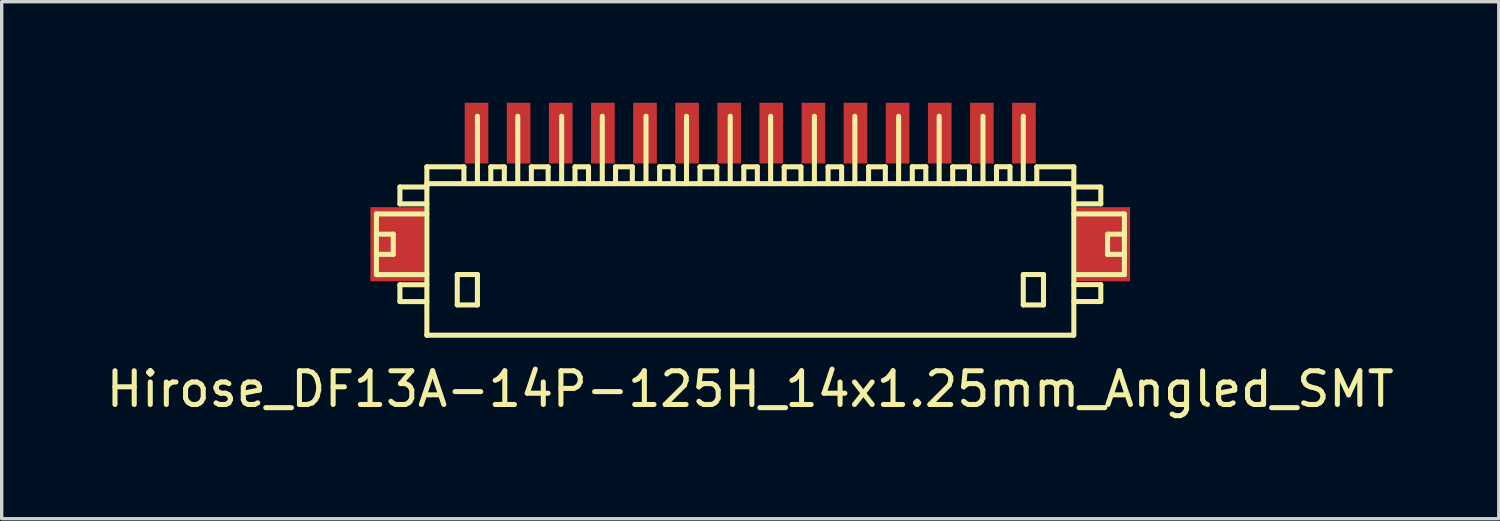
<source format=kicad_pcb>
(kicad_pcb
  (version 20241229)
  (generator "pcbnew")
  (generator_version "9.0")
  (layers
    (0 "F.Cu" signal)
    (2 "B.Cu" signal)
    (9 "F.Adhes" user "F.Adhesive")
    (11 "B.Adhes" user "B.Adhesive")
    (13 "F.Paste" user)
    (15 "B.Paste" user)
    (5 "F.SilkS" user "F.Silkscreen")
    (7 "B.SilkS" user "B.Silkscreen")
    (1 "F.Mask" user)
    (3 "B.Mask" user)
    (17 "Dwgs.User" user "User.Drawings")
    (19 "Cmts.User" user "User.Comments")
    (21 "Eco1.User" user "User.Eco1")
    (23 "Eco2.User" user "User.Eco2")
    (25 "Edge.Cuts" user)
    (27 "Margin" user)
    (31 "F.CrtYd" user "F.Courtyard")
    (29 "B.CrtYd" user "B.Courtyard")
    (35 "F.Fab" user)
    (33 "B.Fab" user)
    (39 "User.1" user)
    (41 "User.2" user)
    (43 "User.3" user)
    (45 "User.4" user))
  (footprint "Hirose_DF13A-14P-125H_14x1.25mm_Angled_SMT"
    (layer "F.Cu")
    (at 19.22 4.401)
    (property "Reference" "Hirose_DF13A-14P-125H_14x1.25mm_Angled_SMT" (at 0 4.1 0) (layer "F.SilkS") (effects (font (size 1 1) (thickness 0.15))))
    (attr smd)
    (fp_line (start -11.097 -1.1) (end -11.097 0.701) (stroke (width 0.15) (type solid)) (layer "F.SilkS"))
    (fp_line (start -11.097 0.701) (end -9.599 0.701) (stroke (width 0.15) (type solid)) (layer "F.SilkS"))
    (fp_line (start -10.597 -0.5) (end -11.097 -0.5) (stroke (width 0.15) (type solid)) (layer "F.SilkS"))
    (fp_line (start -10.597 0.099) (end -11.097 0.099) (stroke (width 0.15) (type solid)) (layer "F.SilkS"))
    (fp_line (start -10.597 0.099) (end -10.597 -0.5) (stroke (width 0.15) (type solid)) (layer "F.SilkS"))
    (fp_line (start -10.399 -1.9) (end -10.399 -1.4) (stroke (width 0.15) (type solid)) (layer "F.SilkS"))
    (fp_line (start -10.399 -1.9) (end -9.599 -1.9) (stroke (width 0.15) (type solid)) (layer "F.SilkS"))
    (fp_line (start -10.399 1.001) (end -10.399 1.501) (stroke (width 0.15) (type solid)) (layer "F.SilkS"))
    (fp_line (start -10.399 1.501) (end -9.599 1.501) (stroke (width 0.15) (type solid)) (layer "F.SilkS"))
    (fp_line (start -9.601 2.499) (end 9.601 2.499) (stroke (width 0.15) (type solid)) (layer "F.SilkS"))
    (fp_line (start -9.599 -1.4) (end -10.399 -1.4) (stroke (width 0.15) (type solid)) (layer "F.SilkS"))
    (fp_line (start -9.599 -1.1) (end -11.097 -1.1) (stroke (width 0.15) (type solid)) (layer "F.SilkS"))
    (fp_line (start -9.599 1.001) (end -10.399 1.001) (stroke (width 0.15) (type solid)) (layer "F.SilkS"))
    (fp_line (start -9.599 2.499) (end -9.599 -2.499) (stroke (width 0.15) (type solid)) (layer "F.SilkS"))
    (fp_line (start -8.697 0.699) (end -8.697 1.6) (stroke (width 0.15) (type solid)) (layer "F.SilkS"))
    (fp_line (start -8.697 1.6) (end -8.098 1.6) (stroke (width 0.15) (type solid)) (layer "F.SilkS"))
    (fp_line (start -8.499 -2.499) (end -9.599 -2.499) (stroke (width 0.15) (type solid)) (layer "F.SilkS"))
    (fp_line (start -8.499 -2.499) (end -8.499 -1.999) (stroke (width 0.15) (type solid)) (layer "F.SilkS"))
    (fp_line (start -8.098 -4) (end -8.098 -1.999) (stroke (width 0.15) (type solid)) (layer "F.SilkS"))
    (fp_line (start -8.098 0.699) (end -8.697 0.699) (stroke (width 0.15) (type solid)) (layer "F.SilkS"))
    (fp_line (start -8.098 1.6) (end -8.098 0.699) (stroke (width 0.15) (type solid)) (layer "F.SilkS"))
    (fp_line (start -7.701 -2.499) (end -7.701 -1.999) (stroke (width 0.15) (type solid)) (layer "F.SilkS"))
    (fp_line (start -7.3 -2.499) (end -7.701 -2.499) (stroke (width 0.15) (type solid)) (layer "F.SilkS"))
    (fp_line (start -7.3 -2.499) (end -7.3 -1.999) (stroke (width 0.15) (type solid)) (layer "F.SilkS"))
    (fp_line (start -6.901 -1.999) (end -6.901 -4) (stroke (width 0.15) (type solid)) (layer "F.SilkS"))
    (fp_line (start -6.5 -2.499) (end -5.999 -2.499) (stroke (width 0.15) (type solid)) (layer "F.SilkS"))
    (fp_line (start -6.497 -1.999) (end -6.497 -2.499) (stroke (width 0.15) (type solid)) (layer "F.SilkS"))
    (fp_line (start -5.999 -2.499) (end -5.999 -1.999) (stroke (width 0.15) (type solid)) (layer "F.SilkS"))
    (fp_line (start -5.598 -1.999) (end -5.598 -4) (stroke (width 0.15) (type solid)) (layer "F.SilkS"))
    (fp_line (start -5.202 -2.499) (end -5.202 -1.999) (stroke (width 0.15) (type solid)) (layer "F.SilkS"))
    (fp_line (start -4.801 -2.499) (end -5.202 -2.499) (stroke (width 0.15) (type solid)) (layer "F.SilkS"))
    (fp_line (start -4.801 -2.499) (end -4.801 -1.999) (stroke (width 0.15) (type solid)) (layer "F.SilkS"))
    (fp_line (start -4.392 -1.999) (end -4.392 -4) (stroke (width 0.15) (type solid)) (layer "F.SilkS"))
    (fp_line (start -4 -2.499) (end -3.5 -2.499) (stroke (width 0.15) (type solid)) (layer "F.SilkS"))
    (fp_line (start -3.998 -1.999) (end -3.998 -2.499) (stroke (width 0.15) (type solid)) (layer "F.SilkS"))
    (fp_line (start -3.5 -2.499) (end -3.5 -1.999) (stroke (width 0.15) (type solid)) (layer "F.SilkS"))
    (fp_line (start -3.094 -1.999) (end -3.094 -4) (stroke (width 0.15) (type solid)) (layer "F.SilkS"))
    (fp_line (start -2.69 -2.502) (end -2.69 -2.002) (stroke (width 0.15) (type solid)) (layer "F.SilkS"))
    (fp_line (start -2.289 -2.502) (end -2.69 -2.502) (stroke (width 0.15) (type solid)) (layer "F.SilkS"))
    (fp_line (start -2.289 -2.502) (end -2.289 -2.002) (stroke (width 0.15) (type solid)) (layer "F.SilkS"))
    (fp_line (start -1.892 -1.999) (end -1.892 -4) (stroke (width 0.15) (type solid)) (layer "F.SilkS"))
    (fp_line (start -1.494 -2.499) (end -0.993 -2.499) (stroke (width 0.15) (type solid)) (layer "F.SilkS"))
    (fp_line (start -1.491 -1.999) (end -1.491 -2.499) (stroke (width 0.15) (type solid)) (layer "F.SilkS"))
    (fp_line (start -0.993 -2.499) (end -0.993 -1.999) (stroke (width 0.15) (type solid)) (layer "F.SilkS"))
    (fp_line (start -0.594 -1.999) (end -0.594 -4) (stroke (width 0.15) (type solid)) (layer "F.SilkS"))
    (fp_line (start -0.191 -2.499) (end -0.191 -1.999) (stroke (width 0.15) (type solid)) (layer "F.SilkS"))
    (fp_line (start 0.211 -2.499) (end -0.191 -2.499) (stroke (width 0.15) (type solid)) (layer "F.SilkS"))
    (fp_line (start 0.211 -2.499) (end 0.211 -1.999) (stroke (width 0.15) (type solid)) (layer "F.SilkS"))
    (fp_line (start 0.605 -1.999) (end 0.605 -4) (stroke (width 0.15) (type solid)) (layer "F.SilkS"))
    (fp_line (start 1.006 -2.499) (end 1.506 -2.499) (stroke (width 0.15) (type solid)) (layer "F.SilkS"))
    (fp_line (start 1.008 -1.999) (end 1.008 -2.499) (stroke (width 0.15) (type solid)) (layer "F.SilkS"))
    (fp_line (start 1.506 -2.499) (end 1.506 -1.999) (stroke (width 0.15) (type solid)) (layer "F.SilkS"))
    (fp_line (start 1.905 -1.999) (end 1.905 -4) (stroke (width 0.15) (type solid)) (layer "F.SilkS"))
    (fp_line (start 2.311 -2.499) (end 2.311 -1.999) (stroke (width 0.15) (type solid)) (layer "F.SilkS"))
    (fp_line (start 2.713 -2.499) (end 2.311 -2.499) (stroke (width 0.15) (type solid)) (layer "F.SilkS"))
    (fp_line (start 2.713 -2.499) (end 2.713 -1.999) (stroke (width 0.15) (type solid)) (layer "F.SilkS"))
    (fp_line (start 3.106 -1.999) (end 3.106 -4) (stroke (width 0.15) (type solid)) (layer "F.SilkS"))
    (fp_line (start 3.51 -2.499) (end 4.011 -2.499) (stroke (width 0.15) (type solid)) (layer "F.SilkS"))
    (fp_line (start 3.513 -1.999) (end 3.513 -2.499) (stroke (width 0.15) (type solid)) (layer "F.SilkS"))
    (fp_line (start 4.011 -2.499) (end 4.011 -1.999) (stroke (width 0.15) (type solid)) (layer "F.SilkS"))
    (fp_line (start 4.404 -1.999) (end 4.404 -4) (stroke (width 0.15) (type solid)) (layer "F.SilkS"))
    (fp_line (start 4.811 -2.502) (end 4.811 -2.002) (stroke (width 0.15) (type solid)) (layer "F.SilkS"))
    (fp_line (start 5.212 -2.502) (end 4.811 -2.502) (stroke (width 0.15) (type solid)) (layer "F.SilkS"))
    (fp_line (start 5.212 -2.502) (end 5.212 -2.002) (stroke (width 0.15) (type solid)) (layer "F.SilkS"))
    (fp_line (start 5.608 -1.999) (end 5.608 -4) (stroke (width 0.15) (type solid)) (layer "F.SilkS"))
    (fp_line (start 6.007 -2.499) (end 6.507 -2.499) (stroke (width 0.15) (type solid)) (layer "F.SilkS"))
    (fp_line (start 6.01 -1.999) (end 6.01 -2.499) (stroke (width 0.15) (type solid)) (layer "F.SilkS"))
    (fp_line (start 6.507 -2.499) (end 6.507 -1.999) (stroke (width 0.15) (type solid)) (layer "F.SilkS"))
    (fp_line (start 6.909 -1.999) (end 6.909 -4) (stroke (width 0.15) (type solid)) (layer "F.SilkS"))
    (fp_line (start 7.31 -2.502) (end 7.31 -2.002) (stroke (width 0.15) (type solid)) (layer "F.SilkS"))
    (fp_line (start 7.711 -2.502) (end 7.31 -2.502) (stroke (width 0.15) (type solid)) (layer "F.SilkS"))
    (fp_line (start 7.711 -2.502) (end 7.711 -2.002) (stroke (width 0.15) (type solid)) (layer "F.SilkS"))
    (fp_line (start 8.105 -1.999) (end 8.105 -4) (stroke (width 0.15) (type solid)) (layer "F.SilkS"))
    (fp_line (start 8.105 0.699) (end 8.705 0.699) (stroke (width 0.15) (type solid)) (layer "F.SilkS"))
    (fp_line (start 8.105 1.6) (end 8.105 0.699) (stroke (width 0.15) (type solid)) (layer "F.SilkS"))
    (fp_line (start 8.506 -2.499) (end 8.506 -1.999) (stroke (width 0.15) (type solid)) (layer "F.SilkS"))
    (fp_line (start 8.705 0.699) (end 8.705 1.6) (stroke (width 0.15) (type solid)) (layer "F.SilkS"))
    (fp_line (start 8.705 1.6) (end 8.105 1.6) (stroke (width 0.15) (type solid)) (layer "F.SilkS"))
    (fp_line (start 9.601 -1.999) (end -9.601 -1.999) (stroke (width 0.15) (type solid)) (layer "F.SilkS"))
    (fp_line (start 9.606 -2.499) (end 8.506 -2.499) (stroke (width 0.15) (type solid)) (layer "F.SilkS"))
    (fp_line (start 9.606 -2.499) (end 9.606 2.499) (stroke (width 0.15) (type solid)) (layer "F.SilkS"))
    (fp_line (start 9.606 -1.9) (end 10.406 -1.9) (stroke (width 0.15) (type solid)) (layer "F.SilkS"))
    (fp_line (start 9.606 0.998) (end 10.406 0.998) (stroke (width 0.15) (type solid)) (layer "F.SilkS"))
    (fp_line (start 10.406 -1.9) (end 10.406 -1.4) (stroke (width 0.15) (type solid)) (layer "F.SilkS"))
    (fp_line (start 10.406 -1.4) (end 9.606 -1.4) (stroke (width 0.15) (type solid)) (layer "F.SilkS"))
    (fp_line (start 10.406 0.998) (end 10.406 1.499) (stroke (width 0.15) (type solid)) (layer "F.SilkS"))
    (fp_line (start 10.406 1.499) (end 9.606 1.499) (stroke (width 0.15) (type solid)) (layer "F.SilkS"))
    (fp_line (start 10.607 0.099) (end 10.607 -0.5) (stroke (width 0.15) (type solid)) (layer "F.SilkS"))
    (fp_line (start 11.105 -1.1) (end 9.606 -1.1) (stroke (width 0.15) (type solid)) (layer "F.SilkS"))
    (fp_line (start 11.105 0.701) (end 9.705 0.701) (stroke (width 0.15) (type solid)) (layer "F.SilkS"))
    (fp_line (start 11.107 -1.1) (end 11.107 0.701) (stroke (width 0.15) (type solid)) (layer "F.SilkS"))
    (fp_line (start 11.107 -0.5) (end 10.607 -0.5) (stroke (width 0.15) (type solid)) (layer "F.SilkS"))
    (fp_line (start 11.107 0.099) (end 10.607 0.099) (stroke (width 0.15) (type solid)) (layer "F.SilkS"))
    (pad "" smd rect (at -10.475 -0.201) (size 1.6 2.2) (layers "F.Cu" "F.Mask" "F.Paste"))
    (pad "" smd rect (at 10.475 -0.201) (size 1.6 2.2) (layers "F.Cu" "F.Mask" "F.Paste"))
    (pad "1" smd rect (at 8.125 -3.5) (size 0.701 1.801) (layers "F.Cu" "F.Mask" "F.Paste"))
    (pad "2" smd rect (at 6.876 -3.5) (size 0.701 1.801) (layers "F.Cu" "F.Mask" "F.Paste"))
    (pad "3" smd rect (at 5.626 -3.5) (size 0.701 1.801) (layers "F.Cu" "F.Mask" "F.Paste"))
    (pad "4" smd rect (at 4.374 -3.5) (size 0.701 1.801) (layers "F.Cu" "F.Mask" "F.Paste"))
    (pad "5" smd rect (at 3.124 -3.5) (size 0.701 1.801) (layers "F.Cu" "F.Mask" "F.Paste"))
    (pad "6" smd rect (at 1.875 -3.5) (size 0.701 1.801) (layers "F.Cu" "F.Mask" "F.Paste"))
    (pad "7" smd rect (at 0.625 -3.5) (size 0.701 1.801) (layers "F.Cu" "F.Mask" "F.Paste"))
    (pad "8" smd rect (at -0.625 -3.5) (size 0.701 1.801) (layers "F.Cu" "F.Mask" "F.Paste"))
    (pad "9" smd rect (at -1.875 -3.5) (size 0.701 1.801) (layers "F.Cu" "F.Mask" "F.Paste"))
    (pad "10" smd rect (at -3.124 -3.5) (size 0.701 1.801) (layers "F.Cu" "F.Mask" "F.Paste"))
    (pad "11" smd rect (at -4.374 -3.5) (size 0.701 1.801) (layers "F.Cu" "F.Mask" "F.Paste"))
    (pad "12" smd rect (at -5.626 -3.5) (size 0.701 1.801) (layers "F.Cu" "F.Mask" "F.Paste"))
    (pad "13" smd rect (at -6.876 -3.5) (size 0.701 1.801) (layers "F.Cu" "F.Mask" "F.Paste"))
    (pad "14" smd rect (at -8.125 -3.5) (size 0.701 1.801) (layers "F.Cu" "F.Mask" "F.Paste")))
  (gr_rect
    (start -3 -3)
    (end 41.44 12.348)
    (stroke (width 0.1) (type default))
    (fill no)
    (layer "Edge.Cuts")))
</source>
